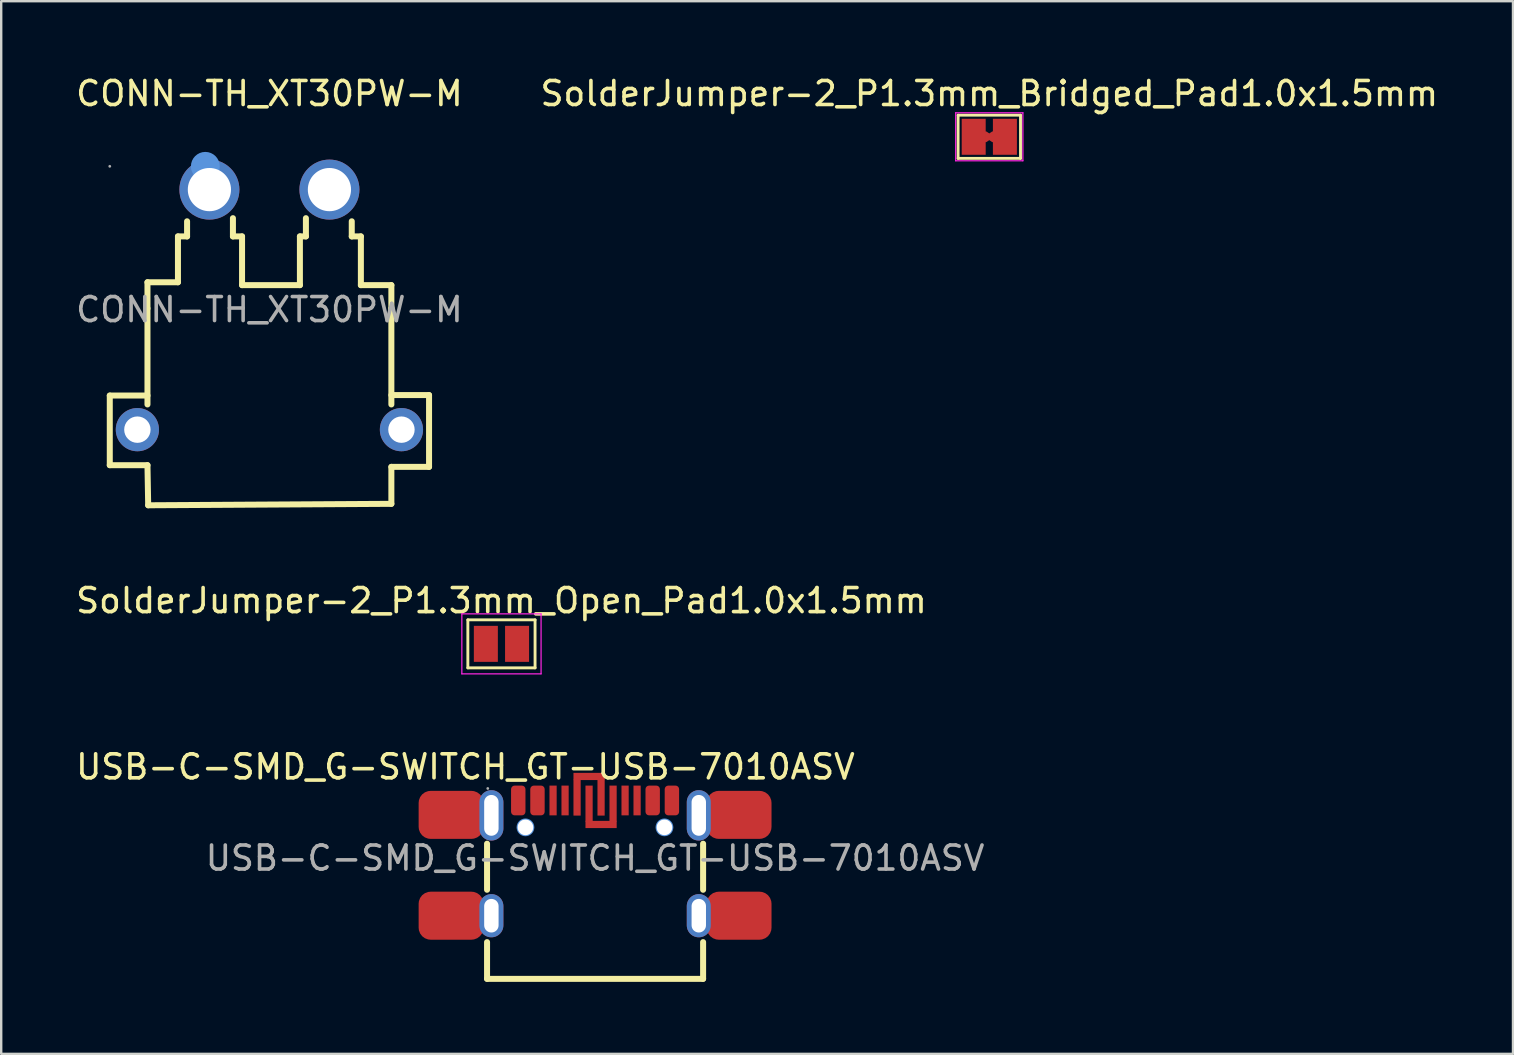
<source format=kicad_pcb>
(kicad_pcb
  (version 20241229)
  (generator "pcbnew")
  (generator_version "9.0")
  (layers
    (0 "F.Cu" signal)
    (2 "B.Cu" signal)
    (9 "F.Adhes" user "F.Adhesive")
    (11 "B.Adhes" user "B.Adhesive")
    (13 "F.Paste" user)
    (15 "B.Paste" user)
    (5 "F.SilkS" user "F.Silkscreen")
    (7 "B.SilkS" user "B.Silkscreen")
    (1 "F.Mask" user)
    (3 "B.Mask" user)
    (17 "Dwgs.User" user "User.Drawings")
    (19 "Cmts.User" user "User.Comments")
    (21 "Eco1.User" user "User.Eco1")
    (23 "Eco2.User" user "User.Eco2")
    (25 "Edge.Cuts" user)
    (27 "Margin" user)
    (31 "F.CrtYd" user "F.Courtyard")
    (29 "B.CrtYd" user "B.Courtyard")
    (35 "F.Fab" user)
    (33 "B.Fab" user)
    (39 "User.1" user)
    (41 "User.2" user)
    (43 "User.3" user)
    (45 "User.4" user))
  (footprint "SolderJumper-2_P1.3mm_Open_Pad1.0x1.5mm"
    (layer "F.Cu")
    (at 17.839 23.771)
    (property "Reference" "SolderJumper-2_P1.3mm_Open_Pad1.0x1.5mm" (at 0 -1.8 0) (layer "F.SilkS") (effects (font (size 1 1) (thickness 0.15))))
    (attr exclude_from_pos_files exclude_from_bom)
    (fp_poly (pts (xy -0.12 -0.749) (xy 0.146 -0.749) (xy 0.146 0.753) (xy -0.12 0.753)) (stroke (width 0.1) (type solid)) (fill yes) (layer "F.Mask"))
    (fp_line (start -1.4 -1) (end 1.4 -1) (stroke (width 0.12) (type solid)) (layer "F.SilkS"))
    (fp_line (start -1.4 1) (end -1.4 -1) (stroke (width 0.12) (type solid)) (layer "F.SilkS"))
    (fp_line (start 1.4 -1) (end 1.4 1) (stroke (width 0.12) (type solid)) (layer "F.SilkS"))
    (fp_line (start 1.4 1) (end -1.4 1) (stroke (width 0.12) (type solid)) (layer "F.SilkS"))
    (fp_line (start -1.65 -1.25) (end -1.65 1.25) (stroke (width 0.05) (type solid)) (layer "F.CrtYd"))
    (fp_line (start -1.65 -1.25) (end 1.65 -1.25) (stroke (width 0.05) (type solid)) (layer "F.CrtYd"))
    (fp_line (start 1.65 1.25) (end -1.65 1.25) (stroke (width 0.05) (type solid)) (layer "F.CrtYd"))
    (fp_line (start 1.65 1.25) (end 1.65 -1.25) (stroke (width 0.05) (type solid)) (layer "F.CrtYd"))
    (pad "1" smd rect (at -0.65 0) (size 1 1.5) (layers "F.Cu" "F.Mask"))
    (pad "2" smd rect (at 0.65 0) (size 1 1.5) (layers "F.Cu" "F.Mask")))
  (footprint "SolderJumper-2_P1.3mm_Bridged_Pad1.0x1.5mm"
    (layer "F.Cu")
    (at 38.161 2.648)
    (property "Reference" "SolderJumper-2_P1.3mm_Bridged_Pad1.0x1.5mm" (at 0 -1.8 0) (layer "F.SilkS") (effects (font (size 1 1) (thickness 0.15))))
    (attr exclude_from_pos_files exclude_from_bom)
    (fp_poly (pts (xy 0.15 0.15) (xy 0 0.05) (xy -0.15 0.15) (xy -0.15 -0.15) (xy 0 -0.05) (xy 0.15 -0.15)) (stroke (width 0.15) (type solid)) (fill yes) (layer "F.Cu"))
    (fp_poly (pts (xy -0.12 -0.199) (xy 0.146 -0.199) (xy 0.146 0.203) (xy -0.12 0.203)) (stroke (width 0.1) (type solid)) (fill yes) (layer "F.Mask"))
    (fp_line (start -1.3 -0.9) (end 1.3 -0.9) (stroke (width 0.12) (type solid)) (layer "F.SilkS"))
    (fp_line (start -1.3 0.9) (end -1.3 -0.9) (stroke (width 0.12) (type solid)) (layer "F.SilkS"))
    (fp_line (start 1.3 -0.9) (end 1.3 0.9) (stroke (width 0.12) (type solid)) (layer "F.SilkS"))
    (fp_line (start 1.3 0.9) (end -1.3 0.9) (stroke (width 0.12) (type solid)) (layer "F.SilkS"))
    (fp_line (start -1.4 -1) (end -1.4 1) (stroke (width 0.05) (type solid)) (layer "F.CrtYd"))
    (fp_line (start -1.4 -1) (end 1.4 -1) (stroke (width 0.05) (type solid)) (layer "F.CrtYd"))
    (fp_line (start 1.4 1) (end -1.4 1) (stroke (width 0.05) (type solid)) (layer "F.CrtYd"))
    (fp_line (start 1.4 1) (end 1.4 -1) (stroke (width 0.05) (type solid)) (layer "F.CrtYd"))
    (pad "1" smd rect (at -0.65 0) (size 1 1.5) (layers "F.Cu" "F.Mask"))
    (pad "2" smd rect (at 0.65 0) (size 1 1.5) (layers "F.Cu" "F.Mask")))
  (footprint "USB-C-SMD_G-SWITCH_GT-USB-7010ASV"
    (layer "F.Cu")
    (at 21.739 32.695)
    (property "Reference" "USB-C-SMD_G-SWITCH_GT-USB-7010ASV" (at -5.4 -3.8 0) (layer "F.SilkS") (effects (font (size 1 1) (thickness 0.15))))
    (attr smd)
    (fp_line (start -4.5 1.32) (end -4.5 -0.6) (stroke (width 0.25) (type solid)) (layer "F.SilkS"))
    (fp_line (start -4.5 5.03) (end -4.5 3.5) (stroke (width 0.25) (type solid)) (layer "F.SilkS"))
    (fp_line (start 4.5 1.32) (end 4.5 -0.6) (stroke (width 0.25) (type solid)) (layer "F.SilkS"))
    (fp_line (start 4.5 5.03) (end -4.5 5.03) (stroke (width 0.25) (type solid)) (layer "F.SilkS"))
    (fp_line (start 4.5 5.03) (end 4.5 3.5) (stroke (width 0.25) (type solid)) (layer "F.SilkS"))
    (fp_circle (center -2.9 -1.28) (end -2.78 -1.28) (stroke (width 0.25) (type solid)) (fill no) (layer "Cmts.User"))
    (fp_circle (center 2.89 -1.28) (end 3.01 -1.28) (stroke (width 0.25) (type solid)) (fill no) (layer "Cmts.User"))
    (fp_circle (center -4.47 -2.9) (end -4.44 -2.9) (stroke (width 0.06) (type solid)) (fill no) (layer "F.Fab"))
    (fp_text user "${REFERENCE}" (at 0 0 0) (layer "F.Fab") (effects (font (size 1 1) (thickness 0.15))))
    (pad "" np_thru_hole circle (at -2.9 -1.28) (size 0.65 0.65) (drill 0.65) (layers "*.Cu" "*.Mask"))
    (pad "" np_thru_hole circle (at 2.89 -1.28) (size 0.65 0.65) (drill 0.65) (layers "*.Cu" "*.Mask"))
    (pad "1" smd roundrect (at -2.4 -2.4) (size 0.6 1.24) (layers "F.Cu" "F.Mask" "F.Paste") (roundrect_rratio 0.25))
    (pad "1" smd roundrect (at 2.4 -2.4) (size 0.6 1.24) (layers "F.Cu" "F.Mask" "F.Paste") (roundrect_rratio 0.25))
    (pad "2" smd rect (at -0.75 -2.52) (size 0.3 1.5) (layers "F.Cu" "F.Mask" "F.Paste"))
    (pad "2" smd rect (at -0.25 -3.4 90) (size 0.3 1.3) (layers "F.Cu" "F.Mask" "F.Paste"))
    (pad "2" smd rect (at 0.25 -2.52) (size 0.3 1.5) (layers "F.Cu" "F.Mask" "F.Paste"))
    (pad "3" smd rect (at -0.25 -2.27) (size 0.3 1.5) (layers "F.Cu" "F.Mask" "F.Paste"))
    (pad "3" smd rect (at 0.25 -1.4 90) (size 0.3 1.3) (layers "F.Cu" "F.Mask" "F.Paste"))
    (pad "3" smd rect (at 0.75 -2.27) (size 0.3 1.5) (layers "F.Cu" "F.Mask" "F.Paste"))
    (pad "4" smd roundrect (at -3.2 -2.4) (size 0.6 1.24) (layers "F.Cu" "F.Mask" "F.Paste") (roundrect_rratio 0.25))
    (pad "4" smd roundrect (at 3.2 -2.4) (size 0.6 1.24) (layers "F.Cu" "F.Mask" "F.Paste") (roundrect_rratio 0.25))
    (pad "5" smd roundrect (at -6 -1.8) (size 2.7 2) (layers "F.Cu" "F.Mask" "F.Paste") (roundrect_rratio 0.25))
    (pad "5" smd roundrect (at -6 2.4) (size 2.7 2) (layers "F.Cu" "F.Mask" "F.Paste") (roundrect_rratio 0.25))
    (pad "5" thru_hole oval (at -4.32 -1.78) (size 1 2.1) (drill oval 0.6 1.7) (layers "*.Cu" "*.Mask"))
    (pad "5" thru_hole oval (at -4.32 2.4) (size 1 1.8) (drill oval 0.6 1.4) (layers "*.Cu" "*.Mask"))
    (pad "5" thru_hole oval (at 4.32 -1.78) (size 1 2.1) (drill oval 0.6 1.7) (layers "*.Cu" "*.Mask"))
    (pad "5" thru_hole oval (at 4.32 2.4) (size 1 1.8) (drill oval 0.6 1.4) (layers "*.Cu" "*.Mask"))
    (pad "5" smd roundrect (at 6 -1.8) (size 2.7 2) (layers "F.Cu" "F.Mask" "F.Paste") (roundrect_rratio 0.25))
    (pad "5" smd roundrect (at 6 2.4) (size 2.7 2) (layers "F.Cu" "F.Mask" "F.Paste") (roundrect_rratio 0.25))
    (pad "A5" smd rect (at -1.25 -2.4) (size 0.3 1.24) (layers "F.Cu" "F.Mask" "F.Paste"))
    (pad "A8" smd rect (at 1.25 -2.4) (size 0.3 1.24) (layers "F.Cu" "F.Mask" "F.Paste"))
    (pad "B5" smd rect (at 1.75 -2.4) (size 0.3 1.24) (layers "F.Cu" "F.Mask" "F.Paste"))
    (pad "B8" smd rect (at -1.75 -2.4) (size 0.3 1.24) (layers "F.Cu" "F.Mask" "F.Paste")))
  (footprint "CONN-TH_XT30PW-M"
    (layer "F.Cu")
    (at 8.173 9.848)
    (property "Reference" "CONN-TH_XT30PW-M" (at 0 -9 0) (layer "F.SilkS") (effects (font (size 1 1) (thickness 0.15))))
    (attr through_hole)
    (fp_line (start -6.65 3.58) (end -6.65 6.48) (stroke (width 0.25) (type solid)) (layer "F.SilkS"))
    (fp_line (start -6.65 3.58) (end -5.08 3.58) (stroke (width 0.25) (type solid)) (layer "F.SilkS"))
    (fp_line (start -6.65 6.48) (end -5.08 6.48) (stroke (width 0.25) (type solid)) (layer "F.SilkS"))
    (fp_line (start -5.08 -1.14) (end -5.08 -0.05) (stroke (width 0.25) (type solid)) (layer "F.SilkS"))
    (fp_line (start -5.08 3.95) (end -5.08 -0.05) (stroke (width 0.25) (type solid)) (layer "F.SilkS"))
    (fp_line (start -5.08 6.48) (end -5.05 8.15) (stroke (width 0.25) (type solid)) (layer "F.SilkS"))
    (fp_line (start -5.05 8.15) (end 5.08 8.09) (stroke (width 0.25) (type solid)) (layer "F.SilkS"))
    (fp_line (start -3.81 -3.05) (end -3.81 -1.14) (stroke (width 0.25) (type solid)) (layer "F.SilkS"))
    (fp_line (start -3.81 -1.14) (end -5.08 -1.14) (stroke (width 0.25) (type solid)) (layer "F.SilkS"))
    (fp_line (start -3.43 -3.68) (end -3.43 -3.05) (stroke (width 0.25) (type solid)) (layer "F.SilkS"))
    (fp_line (start -3.43 -3.05) (end -3.81 -3.05) (stroke (width 0.25) (type solid)) (layer "F.SilkS"))
    (fp_line (start -1.52 -3.81) (end -1.52 -3.05) (stroke (width 0.25) (type solid)) (layer "F.SilkS"))
    (fp_line (start -1.52 -3.05) (end -1.14 -3.05) (stroke (width 0.25) (type solid)) (layer "F.SilkS"))
    (fp_line (start -1.14 -3.05) (end -1.14 -1.02) (stroke (width 0.25) (type solid)) (layer "F.SilkS"))
    (fp_line (start -1.14 -1.02) (end 1.27 -1.02) (stroke (width 0.25) (type solid)) (layer "F.SilkS"))
    (fp_line (start 1.27 -3.05) (end 1.52 -3.05) (stroke (width 0.25) (type solid)) (layer "F.SilkS"))
    (fp_line (start 1.27 -1.02) (end 1.27 -3.05) (stroke (width 0.25) (type solid)) (layer "F.SilkS"))
    (fp_line (start 1.52 -3.05) (end 1.52 -3.81) (stroke (width 0.25) (type solid)) (layer "F.SilkS"))
    (fp_line (start 3.43 -3.68) (end 3.43 -3.05) (stroke (width 0.25) (type solid)) (layer "F.SilkS"))
    (fp_line (start 3.43 -3.05) (end 3.81 -3.05) (stroke (width 0.25) (type solid)) (layer "F.SilkS"))
    (fp_line (start 3.81 -3.05) (end 3.81 -1.02) (stroke (width 0.25) (type solid)) (layer "F.SilkS"))
    (fp_line (start 3.81 -1.02) (end 5.08 -1.02) (stroke (width 0.25) (type solid)) (layer "F.SilkS"))
    (fp_line (start 5.08 -1.02) (end 5.08 -0.05) (stroke (width 0.25) (type solid)) (layer "F.SilkS"))
    (fp_line (start 5.08 3.56) (end 6.65 3.56) (stroke (width 0.25) (type solid)) (layer "F.SilkS"))
    (fp_line (start 5.08 3.95) (end 5.08 -0.05) (stroke (width 0.25) (type solid)) (layer "F.SilkS"))
    (fp_line (start 5.08 6.55) (end 6.65 6.55) (stroke (width 0.25) (type solid)) (layer "F.SilkS"))
    (fp_line (start 5.08 8.09) (end 5.08 6.55) (stroke (width 0.25) (type solid)) (layer "F.SilkS"))
    (fp_line (start 6.65 3.56) (end 6.65 6.55) (stroke (width 0.25) (type solid)) (layer "F.SilkS"))
    (fp_circle (center -2.67 -5.97) (end -2.37 -5.97) (stroke (width 0.6) (type solid)) (fill no) (layer "Cmts.User"))
    (fp_circle (center -6.65 -5.97) (end -6.62 -5.97) (stroke (width 0.06) (type solid)) (fill no) (layer "F.Fab"))
    (fp_circle (center -5.5 5) (end -5.31 5) (stroke (width 0.38) (type solid)) (fill no) (layer "F.Fab"))
    (fp_circle (center -2.5 -5) (end -2.17 -5) (stroke (width 0.65) (type solid)) (fill no) (layer "F.Fab"))
    (fp_circle (center 2.5 -5) (end 2.83 -5) (stroke (width 0.65) (type solid)) (fill no) (layer "F.Fab"))
    (fp_circle (center 5.5 5) (end 5.69 5) (stroke (width 0.38) (type solid)) (fill no) (layer "F.Fab"))
    (fp_text user "${REFERENCE}" (at 0 0 0) (layer "F.Fab") (effects (font (size 1 1) (thickness 0.15))))
    (pad "1" thru_hole circle (at -2.5 -5) (size 2.5 2.5) (drill 1.8) (layers "*.Cu" "*.Mask"))
    (pad "2" thru_hole circle (at 2.5 -5) (size 2.5 2.5) (drill 1.8) (layers "*.Cu" "*.Mask"))
    (pad "3" thru_hole circle (at 5.5 5) (size 1.8 1.8) (drill 1.1) (layers "*.Cu" "*.Mask"))
    (pad "4" thru_hole circle (at -5.5 5) (size 1.8 1.8) (drill 1.1) (layers "*.Cu" "*.Mask")))
  (gr_rect
    (start -3 -3)
    (end 59.976 40.85)
    (stroke (width 0.1) (type default))
    (fill no)
    (layer "Edge.Cuts")))
</source>
